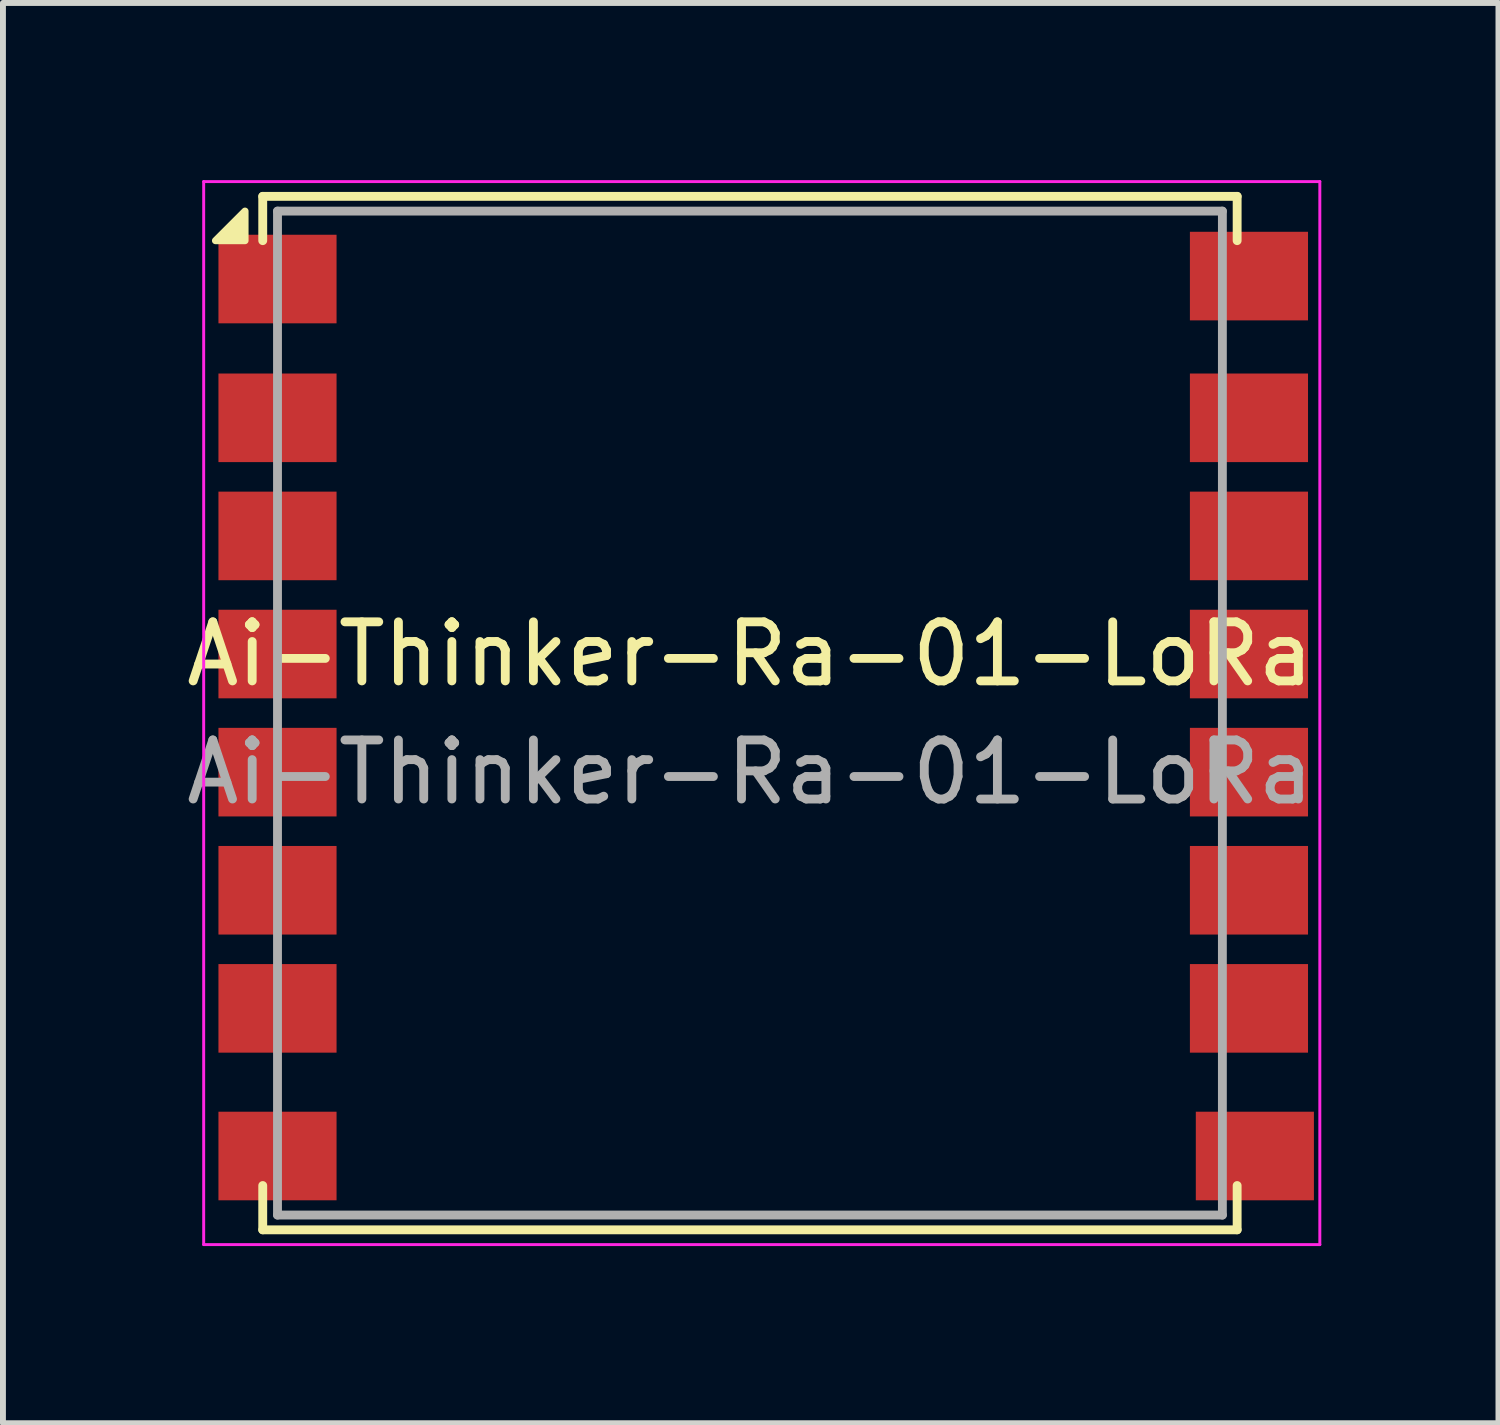
<source format=kicad_pcb>
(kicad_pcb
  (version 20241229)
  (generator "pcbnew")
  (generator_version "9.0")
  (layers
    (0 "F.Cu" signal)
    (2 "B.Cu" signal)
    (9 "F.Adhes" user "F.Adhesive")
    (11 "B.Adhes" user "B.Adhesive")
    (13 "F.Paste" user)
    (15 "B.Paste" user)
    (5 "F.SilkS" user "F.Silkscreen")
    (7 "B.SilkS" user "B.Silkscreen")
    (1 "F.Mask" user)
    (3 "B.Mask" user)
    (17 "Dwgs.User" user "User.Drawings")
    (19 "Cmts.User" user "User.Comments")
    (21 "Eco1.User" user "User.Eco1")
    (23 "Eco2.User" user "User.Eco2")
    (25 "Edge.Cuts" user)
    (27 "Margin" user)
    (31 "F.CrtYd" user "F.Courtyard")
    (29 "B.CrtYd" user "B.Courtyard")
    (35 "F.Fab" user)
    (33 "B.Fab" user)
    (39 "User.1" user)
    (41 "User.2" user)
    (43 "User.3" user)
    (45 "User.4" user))
  (footprint "Ai-Thinker-Ra-01-LoRa"
    (layer "F.Cu")
    (at 9.649 9.025)
    (property "Reference" "Ai-Thinker-Ra-01-LoRa" (at 0 -1 0) (layer "F.SilkS") (effects (font (size 1 1) (thickness 0.15))))
    (attr smd)
    (fp_line (start -8.25 -8.75) (end 8.25 -8.75) (stroke (width 0.15) (type solid)) (layer "F.SilkS"))
    (fp_line (start -8.25 -8) (end -8.25 -8.75) (stroke (width 0.15) (type solid)) (layer "F.SilkS"))
    (fp_line (start -8.25 8) (end -8.25 8.75) (stroke (width 0.15) (type solid)) (layer "F.SilkS"))
    (fp_line (start -8.25 8.75) (end 8.25 8.75) (stroke (width 0.15) (type solid)) (layer "F.SilkS"))
    (fp_line (start 8.25 -8.75) (end 8.25 -8) (stroke (width 0.15) (type solid)) (layer "F.SilkS"))
    (fp_line (start 8.25 8.75) (end 8.25 8) (stroke (width 0.15) (type solid)) (layer "F.SilkS"))
    (fp_poly (pts (xy -8.55 -8) (xy -9.05 -8) (xy -8.55 -8.5) (xy -8.55 -8)) (stroke (width 0.12) (type solid)) (fill yes) (layer "F.SilkS"))
    (fp_line (start -9.25 -9) (end 9.65 -9) (stroke (width 0.05) (type solid)) (layer "F.CrtYd"))
    (fp_line (start -9.25 9) (end -9.25 -9) (stroke (width 0.05) (type solid)) (layer "F.CrtYd"))
    (fp_line (start 9.65 -9) (end 9.65 9) (stroke (width 0.05) (type solid)) (layer "F.CrtYd"))
    (fp_line (start 9.65 9) (end -9.25 9) (stroke (width 0.05) (type solid)) (layer "F.CrtYd"))
    (fp_line (start -8 -8.5) (end 8 -8.5) (stroke (width 0.15) (type solid)) (layer "F.Fab"))
    (fp_line (start -8 8.5) (end -8 -8.5) (stroke (width 0.15) (type solid)) (layer "F.Fab"))
    (fp_line (start 8 -8.5) (end 8 8.5) (stroke (width 0.15) (type solid)) (layer "F.Fab"))
    (fp_line (start 8 8.5) (end -8 8.5) (stroke (width 0.15) (type solid)) (layer "F.Fab"))
    (fp_text user "${REFERENCE}" (at 0 1 0) (layer "F.Fab") (effects (font (size 1 1) (thickness 0.15))))
    (pad "1" smd rect (at -8 -7.35) (size 2 1.5) (layers "F.Cu" "F.Mask" "F.Paste"))
    (pad "2" smd rect (at -8 -5) (size 2 1.5) (layers "F.Cu" "F.Mask" "F.Paste"))
    (pad "3" smd rect (at -8 -3) (size 2 1.5) (layers "F.Cu" "F.Mask" "F.Paste"))
    (pad "4" smd rect (at -8 -1) (size 2 1.5) (layers "F.Cu" "F.Mask" "F.Paste"))
    (pad "5" smd rect (at -8 1) (size 2 1.5) (layers "F.Cu" "F.Mask" "F.Paste"))
    (pad "6" smd rect (at -8 3) (size 2 1.5) (layers "F.Cu" "F.Mask" "F.Paste"))
    (pad "7" smd rect (at -8 5) (size 2 1.5) (layers "F.Cu" "F.Mask" "F.Paste"))
    (pad "8" smd rect (at -8 7.5) (size 2 1.5) (layers "F.Cu" "F.Mask" "F.Paste"))
    (pad "9" smd rect (at 8.55 7.5) (size 2 1.5) (layers "F.Cu" "F.Mask" "F.Paste"))
    (pad "10" smd rect (at 8.45 5) (size 2 1.5) (layers "F.Cu" "F.Mask" "F.Paste"))
    (pad "11" smd rect (at 8.45 3) (size 2 1.5) (layers "F.Cu" "F.Mask" "F.Paste"))
    (pad "12" smd rect (at 8.45 1) (size 2 1.5) (layers "F.Cu" "F.Mask" "F.Paste"))
    (pad "13" smd rect (at 8.45 -1) (size 2 1.5) (layers "F.Cu" "F.Mask" "F.Paste"))
    (pad "14" smd rect (at 8.45 -3) (size 2 1.5) (layers "F.Cu" "F.Mask" "F.Paste"))
    (pad "15" smd rect (at 8.45 -5) (size 2 1.5) (layers "F.Cu" "F.Mask" "F.Paste"))
    (pad "16" smd rect (at 8.45 -7.4) (size 2 1.5) (layers "F.Cu" "F.Mask" "F.Paste")))
  (gr_rect
    (start -3 -3)
    (end 22.324 21.05)
    (stroke (width 0.1) (type default))
    (fill no)
    (layer "Edge.Cuts")))
</source>
